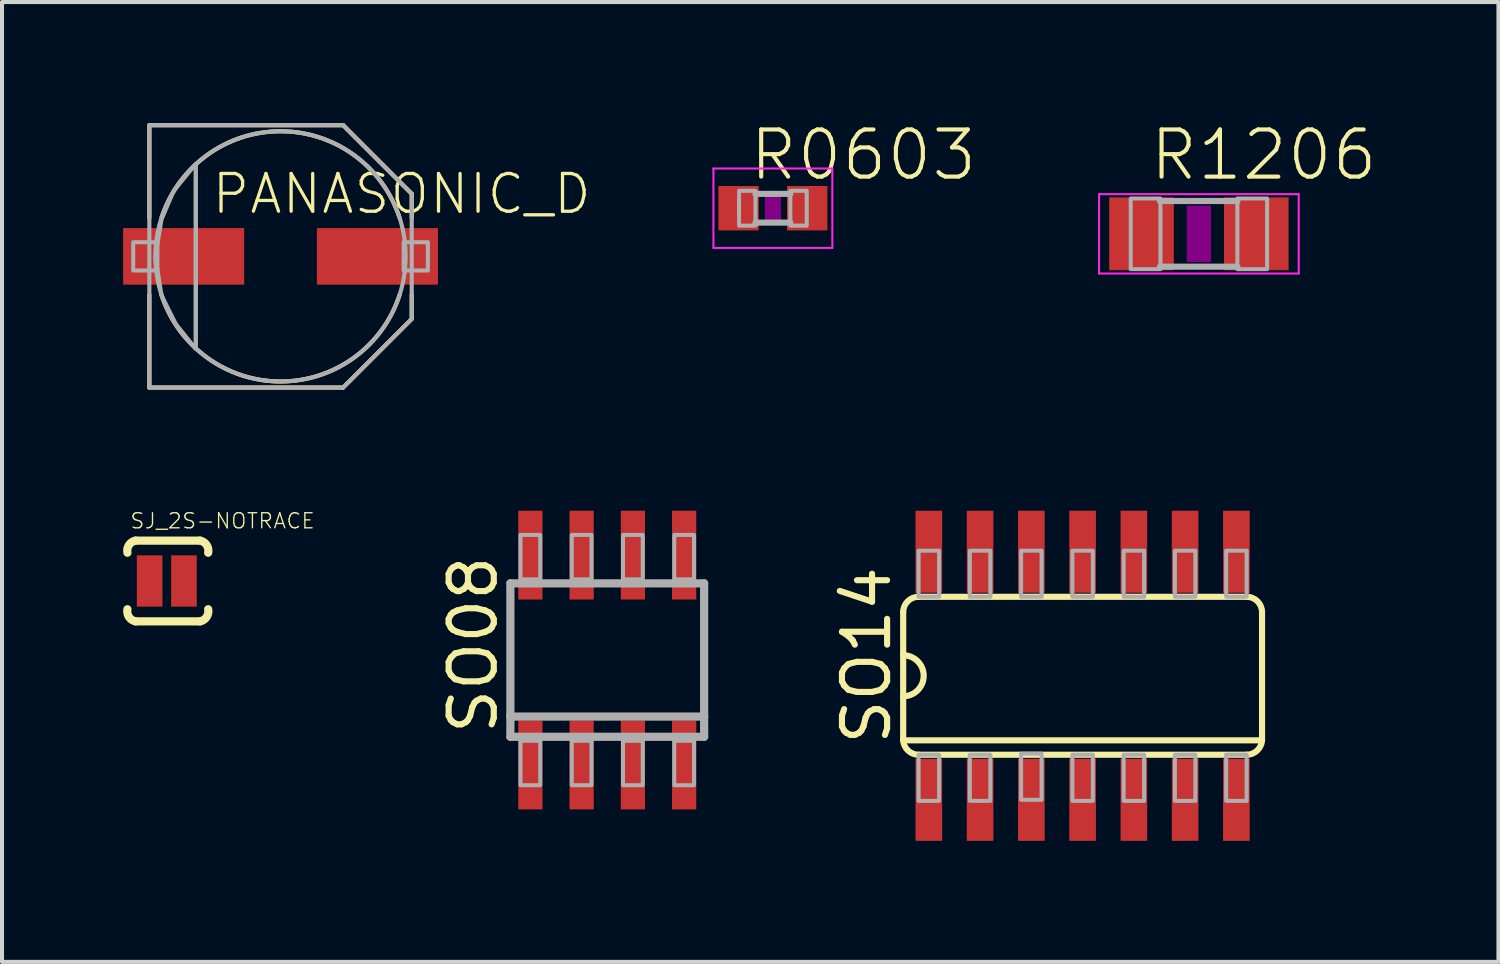
<source format=kicad_pcb>
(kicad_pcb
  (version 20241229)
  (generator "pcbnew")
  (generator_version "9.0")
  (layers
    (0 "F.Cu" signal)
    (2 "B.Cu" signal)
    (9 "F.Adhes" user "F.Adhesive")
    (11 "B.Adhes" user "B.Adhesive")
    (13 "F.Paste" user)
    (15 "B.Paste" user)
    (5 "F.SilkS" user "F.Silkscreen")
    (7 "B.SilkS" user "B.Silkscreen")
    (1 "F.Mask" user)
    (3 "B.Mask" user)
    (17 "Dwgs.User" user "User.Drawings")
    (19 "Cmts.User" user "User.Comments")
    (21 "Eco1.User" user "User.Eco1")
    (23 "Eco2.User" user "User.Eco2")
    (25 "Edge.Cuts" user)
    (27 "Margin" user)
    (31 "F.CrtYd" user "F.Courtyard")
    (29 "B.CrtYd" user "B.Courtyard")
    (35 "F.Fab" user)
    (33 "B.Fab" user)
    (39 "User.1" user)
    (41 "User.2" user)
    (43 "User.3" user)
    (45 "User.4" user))
  (footprint "R1206"
    (layer "F.Cu")
    (at 26.651 2.743)
    (property "Reference" "R1206" (at -1.27 -1.27 0) (layer "F.SilkS") (effects (font (size 1.168 1.168) (thickness 0.102)) (justify left bottom)))
    (fp_poly (pts (xy -0.3 0.7) (xy 0.3 0.7) (xy 0.3 -0.7) (xy -0.3 -0.7)) (stroke (width 0) (type solid)) (fill yes) (layer "F.Adhes"))
    (fp_line (start -2.473 -0.983) (end 2.473 -0.983) (stroke (width 0.051) (type solid)) (layer "F.CrtYd"))
    (fp_line (start -2.473 0.983) (end -2.473 -0.983) (stroke (width 0.051) (type solid)) (layer "F.CrtYd"))
    (fp_line (start 2.473 -0.983) (end 2.473 0.983) (stroke (width 0.051) (type solid)) (layer "F.CrtYd"))
    (fp_line (start 2.473 0.983) (end -2.473 0.983) (stroke (width 0.051) (type solid)) (layer "F.CrtYd"))
    (fp_line (start 0.953 -0.813) (end -0.965 -0.813) (stroke (width 0.152) (type solid)) (layer "F.Fab"))
    (fp_line (start 0.953 0.813) (end -0.965 0.813) (stroke (width 0.152) (type solid)) (layer "F.Fab"))
    (fp_poly (pts (xy -1.689 0.876) (xy -0.953 0.876) (xy -0.953 -0.876) (xy -1.689 -0.876)) (stroke (width 0.1) (type solid)) (fill no) (layer "F.Fab"))
    (fp_poly (pts (xy 0.953 0.876) (xy 1.689 0.876) (xy 1.689 -0.876) (xy 0.953 -0.876)) (stroke (width 0.1) (type solid)) (fill no) (layer "F.Fab"))
    (pad "1" smd rect (at -1.422 0) (size 1.6 1.803) (layers "F.Cu" "F.Mask" "F.Paste"))
    (pad "2" smd rect (at 1.422 0) (size 1.6 1.803) (layers "F.Cu" "F.Mask" "F.Paste")))
  (footprint "R0603"
    (layer "F.Cu")
    (at 16.097 2.108)
    (property "Reference" "R0603" (at -0.635 -0.635 0) (layer "F.SilkS") (effects (font (size 1.168 1.168) (thickness 0.102)) (justify left bottom)))
    (fp_poly (pts (xy -0.2 0.4) (xy 0.2 0.4) (xy 0.2 -0.4) (xy -0.2 -0.4)) (stroke (width 0) (type solid)) (fill yes) (layer "F.Adhes"))
    (fp_line (start -1.473 -0.983) (end 1.473 -0.983) (stroke (width 0.051) (type solid)) (layer "F.CrtYd"))
    (fp_line (start -1.473 0.983) (end -1.473 -0.983) (stroke (width 0.051) (type solid)) (layer "F.CrtYd"))
    (fp_line (start 1.473 -0.983) (end 1.473 0.983) (stroke (width 0.051) (type solid)) (layer "F.CrtYd"))
    (fp_line (start 1.473 0.983) (end -1.473 0.983) (stroke (width 0.051) (type solid)) (layer "F.CrtYd"))
    (fp_line (start -0.432 0.356) (end 0.432 0.356) (stroke (width 0.152) (type solid)) (layer "F.Fab"))
    (fp_line (start 0.432 -0.356) (end -0.432 -0.356) (stroke (width 0.152) (type solid)) (layer "F.Fab"))
    (fp_poly (pts (xy -0.838 0.432) (xy -0.432 0.432) (xy -0.432 -0.432) (xy -0.838 -0.432)) (stroke (width 0.1) (type solid)) (fill no) (layer "F.Fab"))
    (fp_poly (pts (xy 0.432 0.432) (xy 0.838 0.432) (xy 0.838 -0.432) (xy 0.432 -0.432)) (stroke (width 0.1) (type solid)) (fill no) (layer "F.Fab"))
    (pad "1" smd rect (at -0.85 0) (size 1 1.1) (layers "F.Cu" "F.Mask" "F.Paste"))
    (pad "2" smd rect (at 0.85 0) (size 1 1.1) (layers "F.Cu" "F.Mask" "F.Paste")))
  (footprint "PANASONIC_D"
    (layer "F.Cu")
    (at 3.9 3.301)
    (property "Reference" "PANASONIC_D" (at -1.75 -1 0) (layer "F.SilkS") (effects (font (size 0.935 0.935) (thickness 0.081)) (justify left bottom)))
    (fp_line (start -3.25 -3.25) (end 1.55 -3.25) (stroke (width 0.102) (type solid)) (layer "F.SilkS"))
    (fp_line (start -3.25 -0.95) (end -3.25 -3.25) (stroke (width 0.102) (type solid)) (layer "F.SilkS"))
    (fp_line (start -3.25 3.25) (end -3.25 0.95) (stroke (width 0.102) (type solid)) (layer "F.SilkS"))
    (fp_line (start 1.55 -3.25) (end 3.25 -1.55) (stroke (width 0.102) (type solid)) (layer "F.SilkS"))
    (fp_line (start 1.55 3.25) (end -3.25 3.25) (stroke (width 0.102) (type solid)) (layer "F.SilkS"))
    (fp_line (start 3.25 -1.55) (end 3.25 -0.95) (stroke (width 0.102) (type solid)) (layer "F.SilkS"))
    (fp_line (start 3.25 0.95) (end 3.25 1.55) (stroke (width 0.102) (type solid)) (layer "F.SilkS"))
    (fp_line (start 3.25 1.55) (end 1.55 3.25) (stroke (width 0.102) (type solid)) (layer "F.SilkS"))
    (fp_arc (start -2.95 -0.95) (mid 0 -3.099193) (end 2.95 -0.95) (stroke (width 0.1016) (type solid)) (layer "F.SilkS"))
    (fp_arc (start 2.95 0.95) (mid 0 3.099193) (end -2.95 0.95) (stroke (width 0.1016) (type solid)) (layer "F.SilkS"))
    (fp_line (start -3.25 -3.25) (end 1.55 -3.25) (stroke (width 0.102) (type solid)) (layer "F.Fab"))
    (fp_line (start -3.25 3.25) (end -3.25 -3.25) (stroke (width 0.102) (type solid)) (layer "F.Fab"))
    (fp_line (start -2.1 -2.25) (end -2.1 2.2) (stroke (width 0.102) (type solid)) (layer "F.Fab"))
    (fp_line (start 1.55 -3.25) (end 3.25 -1.55) (stroke (width 0.102) (type solid)) (layer "F.Fab"))
    (fp_line (start 1.55 3.25) (end -3.25 3.25) (stroke (width 0.102) (type solid)) (layer "F.Fab"))
    (fp_line (start 3.25 -1.55) (end 3.25 1.55) (stroke (width 0.102) (type solid)) (layer "F.Fab"))
    (fp_line (start 3.25 1.55) (end 1.55 3.25) (stroke (width 0.102) (type solid)) (layer "F.Fab"))
    (fp_circle (center 0 0) (end 3.1 0) (stroke (width 0.102) (type solid)) (fill no) (layer "F.Fab"))
    (fp_poly (pts (xy -3.65 0.35) (xy -3.05 0.35) (xy -3.05 -0.35) (xy -3.65 -0.35)) (stroke (width 0.1) (type solid)) (fill no) (layer "F.Fab"))
    (fp_poly (pts (xy 3.05 0.35) (xy 3.65 0.35) (xy 3.65 -0.35) (xy 3.05 -0.35)) (stroke (width 0.1) (type solid)) (fill no) (layer "F.Fab"))
    (fp_poly (pts (xy -2.099 2.295) (xy -2.593 1.678) (xy -2.949 0.966) (xy -3.101 -0.00022) (xy -2.949 -0.914) (xy -2.644 -1.627) (xy -2.099 -2.292)) (stroke (width 0.1) (type solid)) (fill no) (layer "F.Fab"))
    (pad "+" smd rect (at 2.4 0) (size 3 1.4) (layers "F.Cu" "F.Mask" "F.Paste"))
    (pad "-" smd rect (at -2.4 0) (size 3 1.4) (layers "F.Cu" "F.Mask" "F.Paste")))
  (footprint "SJ_2S-NOTRACE"
    (layer "F.Cu")
    (at 1.107 11.343)
    (property "Reference" "SJ_2S-NOTRACE" (at -0.953 -1.27 0) (layer "F.SilkS") (effects (font (size 0.374 0.374) (thickness 0.033)) (justify left bottom)))
    (fp_line (start -0.8 -1) (end 0.8 -1) (stroke (width 0.203) (type solid)) (layer "F.SilkS"))
    (fp_line (start 0.8 1) (end -0.8 1) (stroke (width 0.203) (type solid)) (layer "F.SilkS"))
    (fp_arc (start -1 -0.7) (mid -0.962161 -0.891441) (end -0.799999 -0.999999) (stroke (width 0.2032) (type solid)) (layer "F.SilkS"))
    (fp_arc (start -0.799999 0.999999) (mid -0.96216 0.891441) (end -1 0.7) (stroke (width 0.2032) (type solid)) (layer "F.SilkS"))
    (fp_arc (start 0.8 -1) (mid 0.962191 -0.89146) (end 0.999999 -0.699999) (stroke (width 0.2032) (type solid)) (layer "F.SilkS"))
    (fp_arc (start 1.000001 0.699999) (mid 0.962162 0.891441) (end 0.8 1) (stroke (width 0.2032) (type solid)) (layer "F.SilkS"))
    (fp_poly (pts (xy -1.016 1.016) (xy 1.016 1.016) (xy 1.016 -1.016) (xy -1.016 -1.016)) (stroke (width 0) (type solid)) (fill yes) (layer "F.Paste"))
    (pad "1" smd rect (at -0.45 0) (size 0.635 1.27) (layers "F.Cu" "F.Mask"))
    (pad "2" smd rect (at 0.4 0) (size 0.635 1.27) (layers "F.Cu" "F.Mask")))
  (footprint "SO14"
    (layer "F.Cu")
    (at 23.77 13.691)
    (property "Reference" "SO14" (at -4.699 1.778 90) (layer "F.SilkS") (effects (font (size 1.118 1.118) (thickness 0.152)) (justify left bottom)))
    (fp_line (start -4.445 -1.575) (end -4.445 1.575) (stroke (width 0.152) (type solid)) (layer "F.SilkS"))
    (fp_line (start -4.445 1.6) (end 4.445 1.6) (stroke (width 0.152) (type solid)) (layer "F.SilkS"))
    (fp_line (start -4.064 1.956) (end 4.064 1.956) (stroke (width 0.152) (type solid)) (layer "F.SilkS"))
    (fp_line (start 4.064 -1.956) (end -4.064 -1.956) (stroke (width 0.152) (type solid)) (layer "F.SilkS"))
    (fp_line (start 4.445 1.575) (end 4.445 -1.575) (stroke (width 0.152) (type solid)) (layer "F.SilkS"))
    (fp_arc (start -4.445 -1.5748) (mid -4.333408 -1.844208) (end -4.064 -1.9558) (stroke (width 0.1524) (type solid)) (layer "F.SilkS"))
    (fp_arc (start -4.445 -0.508) (mid -3.937 0) (end -4.445 0.508) (stroke (width 0.1524) (type solid)) (layer "F.SilkS"))
    (fp_arc (start -4.064 1.9558) (mid -4.333408 1.844208) (end -4.445 1.5748) (stroke (width 0.1524) (type solid)) (layer "F.SilkS"))
    (fp_arc (start 4.064 -1.9558) (mid 4.333408 -1.844208) (end 4.445 -1.5748) (stroke (width 0.1524) (type solid)) (layer "F.SilkS"))
    (fp_arc (start 4.445 1.5748) (mid 4.333408 1.844208) (end 4.064 1.9558) (stroke (width 0.1524) (type solid)) (layer "F.SilkS"))
    (fp_poly (pts (xy -4.064 -1.956) (xy -3.556 -1.956) (xy -3.556 -3.099) (xy -4.064 -3.099)) (stroke (width 0.1) (type solid)) (fill no) (layer "F.Fab"))
    (fp_poly (pts (xy -4.064 3.099) (xy -3.556 3.099) (xy -3.556 1.956) (xy -4.064 1.956)) (stroke (width 0.1) (type solid)) (fill no) (layer "F.Fab"))
    (fp_poly (pts (xy -2.794 -1.956) (xy -2.286 -1.956) (xy -2.286 -3.099) (xy -2.794 -3.099)) (stroke (width 0.1) (type solid)) (fill no) (layer "F.Fab"))
    (fp_poly (pts (xy -2.794 3.099) (xy -2.286 3.099) (xy -2.286 1.956) (xy -2.794 1.956)) (stroke (width 0.1) (type solid)) (fill no) (layer "F.Fab"))
    (fp_poly (pts (xy -1.524 -1.956) (xy -1.016 -1.956) (xy -1.016 -3.099) (xy -1.524 -3.099)) (stroke (width 0.1) (type solid)) (fill no) (layer "F.Fab"))
    (fp_poly (pts (xy -1.524 3.073) (xy -1.016 3.073) (xy -1.016 1.93) (xy -1.524 1.93)) (stroke (width 0.1) (type solid)) (fill no) (layer "F.Fab"))
    (fp_poly (pts (xy -0.254 -1.956) (xy 0.254 -1.956) (xy 0.254 -3.099) (xy -0.254 -3.099)) (stroke (width 0.1) (type solid)) (fill no) (layer "F.Fab"))
    (fp_poly (pts (xy -0.254 3.099) (xy 0.254 3.099) (xy 0.254 1.956) (xy -0.254 1.956)) (stroke (width 0.1) (type solid)) (fill no) (layer "F.Fab"))
    (fp_poly (pts (xy 1.016 -1.956) (xy 1.524 -1.956) (xy 1.524 -3.099) (xy 1.016 -3.099)) (stroke (width 0.1) (type solid)) (fill no) (layer "F.Fab"))
    (fp_poly (pts (xy 1.016 3.099) (xy 1.524 3.099) (xy 1.524 1.956) (xy 1.016 1.956)) (stroke (width 0.1) (type solid)) (fill no) (layer "F.Fab"))
    (fp_poly (pts (xy 2.286 -1.956) (xy 2.794 -1.956) (xy 2.794 -3.099) (xy 2.286 -3.099)) (stroke (width 0.1) (type solid)) (fill no) (layer "F.Fab"))
    (fp_poly (pts (xy 2.286 3.099) (xy 2.794 3.099) (xy 2.794 1.956) (xy 2.286 1.956)) (stroke (width 0.1) (type solid)) (fill no) (layer "F.Fab"))
    (fp_poly (pts (xy 3.556 -1.956) (xy 4.064 -1.956) (xy 4.064 -3.099) (xy 3.556 -3.099)) (stroke (width 0.1) (type solid)) (fill no) (layer "F.Fab"))
    (fp_poly (pts (xy 3.556 3.099) (xy 4.064 3.099) (xy 4.064 1.956) (xy 3.556 1.956)) (stroke (width 0.1) (type solid)) (fill no) (layer "F.Fab"))
    (pad "1" smd rect (at -3.81 3.073) (size 0.66 2.032) (layers "F.Cu" "F.Mask" "F.Paste"))
    (pad "2" smd rect (at -2.54 3.073) (size 0.66 2.032) (layers "F.Cu" "F.Mask" "F.Paste"))
    (pad "3" smd rect (at -1.27 3.073) (size 0.66 2.032) (layers "F.Cu" "F.Mask" "F.Paste"))
    (pad "4" smd rect (at 0 3.073) (size 0.66 2.032) (layers "F.Cu" "F.Mask" "F.Paste"))
    (pad "5" smd rect (at 1.27 3.073) (size 0.66 2.032) (layers "F.Cu" "F.Mask" "F.Paste"))
    (pad "6" smd rect (at 2.54 3.073) (size 0.66 2.032) (layers "F.Cu" "F.Mask" "F.Paste"))
    (pad "7" smd rect (at 3.81 3.073) (size 0.66 2.032) (layers "F.Cu" "F.Mask" "F.Paste"))
    (pad "8" smd rect (at 3.81 -3.073) (size 0.66 2.032) (layers "F.Cu" "F.Mask" "F.Paste"))
    (pad "9" smd rect (at 2.54 -3.073) (size 0.66 2.032) (layers "F.Cu" "F.Mask" "F.Paste"))
    (pad "10" smd rect (at 1.27 -3.073) (size 0.66 2.032) (layers "F.Cu" "F.Mask" "F.Paste"))
    (pad "11" smd rect (at 0 -3.073) (size 0.66 2.032) (layers "F.Cu" "F.Mask" "F.Paste"))
    (pad "12" smd rect (at -1.27 -3.073) (size 0.66 2.032) (layers "F.Cu" "F.Mask" "F.Paste"))
    (pad "13" smd rect (at -2.54 -3.073) (size 0.66 2.032) (layers "F.Cu" "F.Mask" "F.Paste"))
    (pad "14" smd rect (at -3.81 -3.073) (size 0.66 2.032) (layers "F.Cu" "F.Mask" "F.Paste")))
  (footprint "SO08"
    (layer "F.Cu")
    (at 11.994 13.302)
    (property "Reference" "SO08" (at -2.667 1.905 90) (layer "F.SilkS") (effects (font (size 1.118 1.118) (thickness 0.152)) (justify left bottom)))
    (fp_line (start -2.4 -1.9) (end 2.4 -1.9) (stroke (width 0.203) (type solid)) (layer "F.Fab"))
    (fp_line (start -2.4 1.4) (end -2.4 -1.9) (stroke (width 0.203) (type solid)) (layer "F.Fab"))
    (fp_line (start -2.4 1.9) (end -2.4 1.4) (stroke (width 0.203) (type solid)) (layer "F.Fab"))
    (fp_line (start 2.4 -1.9) (end 2.4 1.4) (stroke (width 0.203) (type solid)) (layer "F.Fab"))
    (fp_line (start 2.4 1.4) (end -2.4 1.4) (stroke (width 0.203) (type solid)) (layer "F.Fab"))
    (fp_line (start 2.4 1.4) (end 2.4 1.9) (stroke (width 0.203) (type solid)) (layer "F.Fab"))
    (fp_line (start 2.4 1.9) (end -2.4 1.9) (stroke (width 0.203) (type solid)) (layer "F.Fab"))
    (fp_poly (pts (xy -2.15 -2) (xy -1.66 -2) (xy -1.66 -3.1) (xy -2.15 -3.1)) (stroke (width 0.1) (type solid)) (fill no) (layer "F.Fab"))
    (fp_poly (pts (xy -2.15 3.1) (xy -1.66 3.1) (xy -1.66 2) (xy -2.15 2)) (stroke (width 0.1) (type solid)) (fill no) (layer "F.Fab"))
    (fp_poly (pts (xy -0.88 -2) (xy -0.39 -2) (xy -0.39 -3.1) (xy -0.88 -3.1)) (stroke (width 0.1) (type solid)) (fill no) (layer "F.Fab"))
    (fp_poly (pts (xy -0.88 3.1) (xy -0.39 3.1) (xy -0.39 2) (xy -0.88 2)) (stroke (width 0.1) (type solid)) (fill no) (layer "F.Fab"))
    (fp_poly (pts (xy 0.39 -2) (xy 0.88 -2) (xy 0.88 -3.1) (xy 0.39 -3.1)) (stroke (width 0.1) (type solid)) (fill no) (layer "F.Fab"))
    (fp_poly (pts (xy 0.39 3.1) (xy 0.88 3.1) (xy 0.88 2) (xy 0.39 2)) (stroke (width 0.1) (type solid)) (fill no) (layer "F.Fab"))
    (fp_poly (pts (xy 1.66 -2) (xy 2.15 -2) (xy 2.15 -3.1) (xy 1.66 -3.1)) (stroke (width 0.1) (type solid)) (fill no) (layer "F.Fab"))
    (fp_poly (pts (xy 1.66 3.1) (xy 2.15 3.1) (xy 2.15 2) (xy 1.66 2)) (stroke (width 0.1) (type solid)) (fill no) (layer "F.Fab"))
    (pad "1" smd rect (at -1.905 2.6) (size 0.6 2.2) (layers "F.Cu" "F.Mask" "F.Paste"))
    (pad "2" smd rect (at -0.635 2.6) (size 0.6 2.2) (layers "F.Cu" "F.Mask" "F.Paste"))
    (pad "3" smd rect (at 0.635 2.6) (size 0.6 2.2) (layers "F.Cu" "F.Mask" "F.Paste"))
    (pad "4" smd rect (at 1.905 2.6) (size 0.6 2.2) (layers "F.Cu" "F.Mask" "F.Paste"))
    (pad "5" smd rect (at 1.905 -2.6) (size 0.6 2.2) (layers "F.Cu" "F.Mask" "F.Paste"))
    (pad "6" smd rect (at 0.635 -2.6) (size 0.6 2.2) (layers "F.Cu" "F.Mask" "F.Paste"))
    (pad "7" smd rect (at -0.635 -2.6) (size 0.6 2.2) (layers "F.Cu" "F.Mask" "F.Paste"))
    (pad "8" smd rect (at -1.905 -2.6) (size 0.6 2.2) (layers "F.Cu" "F.Mask" "F.Paste")))
  (gr_rect
    (start -3 -3)
    (end 34.072 20.78)
    (stroke (width 0.1) (type default))
    (fill no)
    (layer "Edge.Cuts")))
</source>
